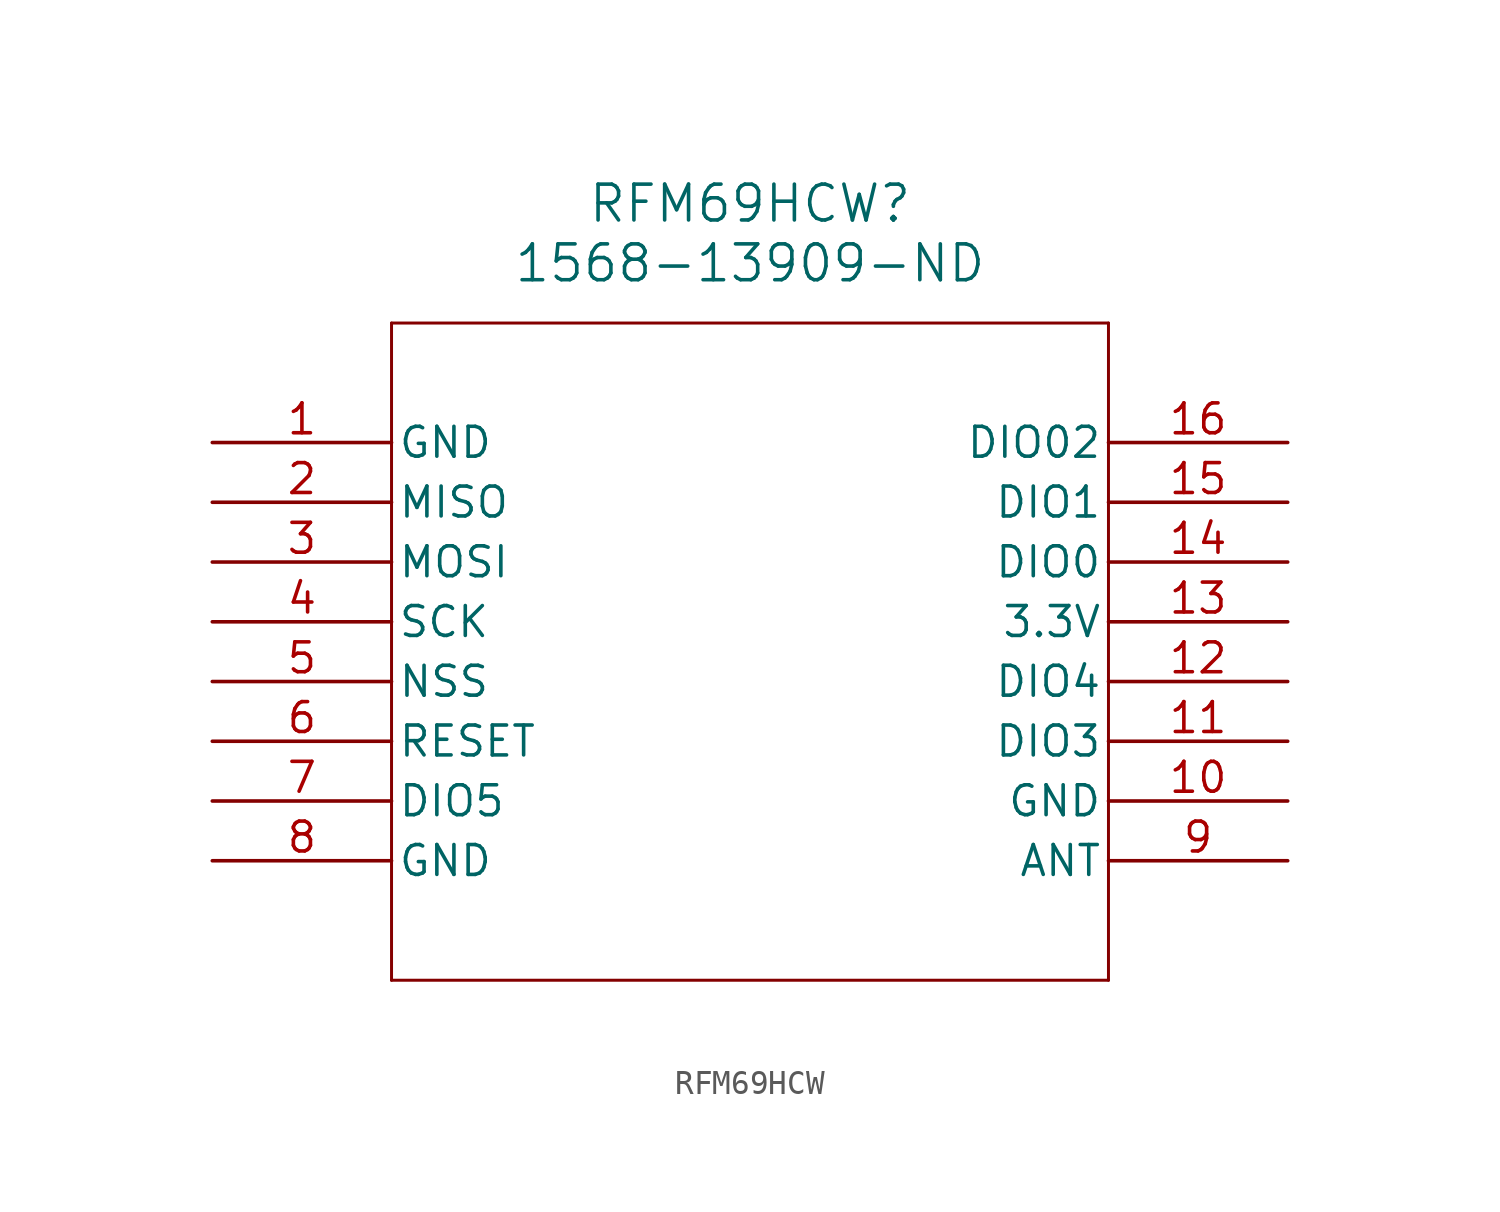
<source format=kicad_sym>
(kicad_symbol_lib
  (version 20241209)
  (generator "kicad_symbol_editor")
  (generator_version "9.0")
  (symbol "RFM69HCW"
    (pin_names
      (offset 0.254))
    (property "Reference" "RFM69HCW"
      (at 22.86 10.16 0)
      (effects (font (size 1.524 1.524))))
    (property "Value" "1568-13909-ND"
      (at 22.86 7.62 0)
      (effects (font (size 1.524 1.524))))
    (symbol "RFM69HCW_0_1"
      (polyline (pts (xy 7.62 5.08) (xy 7.62 -22.86)) (stroke (width 0.127) (type default)) (fill (type none)))
      (polyline (pts (xy 7.62 -22.86) (xy 38.1 -22.86)) (stroke (width 0.127) (type default)) (fill (type none)))
      (polyline (pts (xy 38.1 5.08) (xy 7.62 5.08)) (stroke (width 0.127) (type default)) (fill (type none)))
      (polyline (pts (xy 38.1 -22.86) (xy 38.1 5.08)) (stroke (width 0.127) (type default)) (fill (type none)))
      (pin power_in line (at 0 0 0) (length 7.62) (name "GND" (effects (font (size 1.27 1.27)))) (number "1" (effects (font (size 1.27 1.27)))))
      (pin input line (at 0 -2.54 0) (length 7.62) (name "MISO" (effects (font (size 1.27 1.27)))) (number "2" (effects (font (size 1.27 1.27)))))
      (pin output line (at 0 -5.08 0) (length 7.62) (name "MOSI" (effects (font (size 1.27 1.27)))) (number "3" (effects (font (size 1.27 1.27)))))
      (pin input line (at 0 -7.62 0) (length 7.62) (name "SCK" (effects (font (size 1.27 1.27)))) (number "4" (effects (font (size 1.27 1.27)))))
      (pin input line (at 0 -10.16 0) (length 7.62) (name "NSS" (effects (font (size 1.27 1.27)))) (number "5" (effects (font (size 1.27 1.27)))))
      (pin bidirectional line (at 0 -12.7 0) (length 7.62) (name "RESET" (effects (font (size 1.27 1.27)))) (number "6" (effects (font (size 1.27 1.27)))))
      (pin bidirectional line (at 0 -15.24 0) (length 7.62) (name "DIO5" (effects (font (size 1.27 1.27)))) (number "7" (effects (font (size 1.27 1.27)))))
      (pin power_in line (at 0 -17.78 0) (length 7.62) (name "GND" (effects (font (size 1.27 1.27)))) (number "8" (effects (font (size 1.27 1.27)))))
      (pin bidirectional line (at 45.72 0 180) (length 7.62) (name "DIO02" (effects (font (size 1.27 1.27)))) (number "16" (effects (font (size 1.27 1.27)))))
      (pin bidirectional line (at 45.72 -2.54 180) (length 7.62) (name "DIO1" (effects (font (size 1.27 1.27)))) (number "15" (effects (font (size 1.27 1.27)))))
      (pin bidirectional line (at 45.72 -5.08 180) (length 7.62) (name "DIO0" (effects (font (size 1.27 1.27)))) (number "14" (effects (font (size 1.27 1.27)))))
      (pin power_in line (at 45.72 -7.62 180) (length 7.62) (name "3.3V" (effects (font (size 1.27 1.27)))) (number "13" (effects (font (size 1.27 1.27)))))
      (pin bidirectional line (at 45.72 -10.16 180) (length 7.62) (name "DIO4" (effects (font (size 1.27 1.27)))) (number "12" (effects (font (size 1.27 1.27)))))
      (pin bidirectional line (at 45.72 -12.7 180) (length 7.62) (name "DIO3" (effects (font (size 1.27 1.27)))) (number "11" (effects (font (size 1.27 1.27)))))
      (pin power_in line (at 45.72 -15.24 180) (length 7.62) (name "GND" (effects (font (size 1.27 1.27)))) (number "10" (effects (font (size 1.27 1.27)))))
      (pin bidirectional line (at 45.72 -17.78 180) (length 7.62) (name "ANT" (effects (font (size 1.27 1.27)))) (number "9" (effects (font (size 1.27 1.27))))))))
</source>
